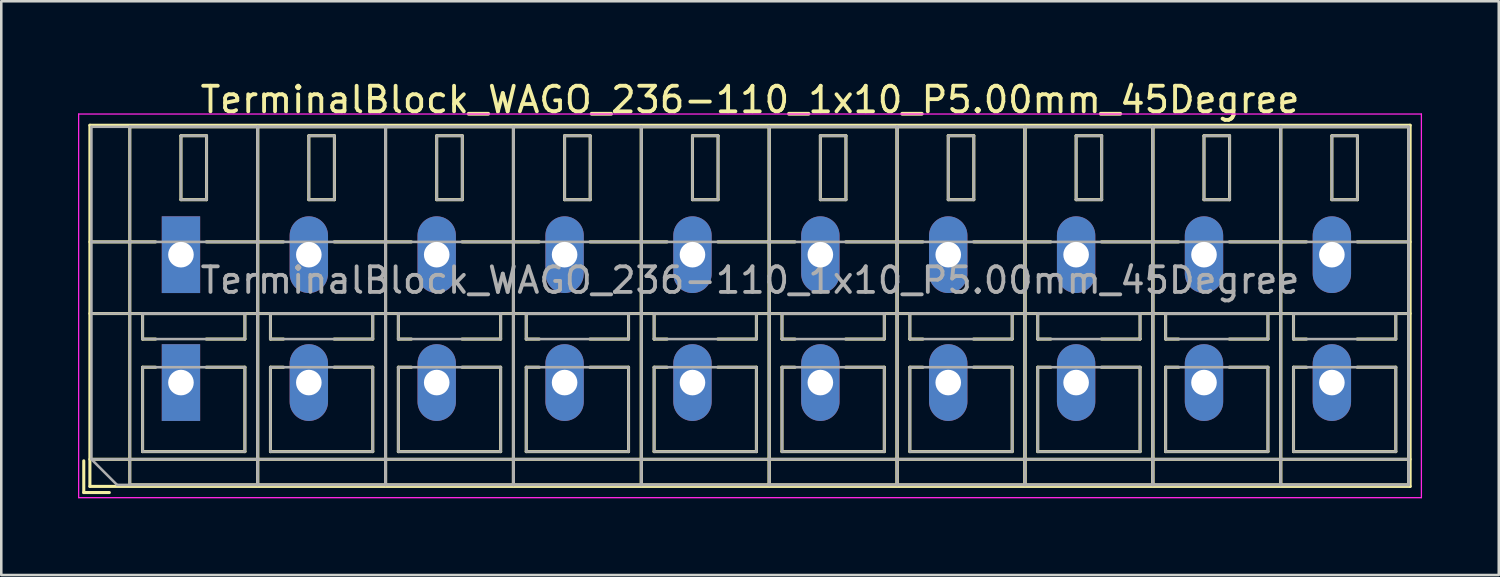
<source format=kicad_pcb>
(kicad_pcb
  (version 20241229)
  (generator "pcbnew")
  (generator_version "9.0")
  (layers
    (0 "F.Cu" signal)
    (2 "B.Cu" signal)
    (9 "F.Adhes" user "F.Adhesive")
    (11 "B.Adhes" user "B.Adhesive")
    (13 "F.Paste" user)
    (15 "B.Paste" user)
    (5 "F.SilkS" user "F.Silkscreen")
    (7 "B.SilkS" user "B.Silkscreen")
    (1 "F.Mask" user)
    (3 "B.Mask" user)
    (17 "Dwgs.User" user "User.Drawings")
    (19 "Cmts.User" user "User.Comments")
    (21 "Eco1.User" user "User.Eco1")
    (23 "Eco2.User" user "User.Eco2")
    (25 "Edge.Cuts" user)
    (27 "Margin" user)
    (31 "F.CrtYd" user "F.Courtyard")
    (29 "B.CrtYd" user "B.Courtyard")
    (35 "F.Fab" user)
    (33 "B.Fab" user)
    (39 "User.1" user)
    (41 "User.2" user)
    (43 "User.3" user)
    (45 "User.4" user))
  (footprint "TerminalBlock_WAGO_236-110_1x10_P5.00mm_45Degree"
    (layer "F.Cu")
    (at 4.025 11.908)
    (property "Reference" "TerminalBlock_WAGO_236-110_1x10_P5.00mm_45Degree" (at 22.25 -11.06 0) (layer "F.SilkS") (effects (font (size 1 1) (thickness 0.15))))
    (attr through_hole)
    (fp_line (start -3.8 3.06) (end -3.8 4.3) (stroke (width 0.12) (type solid)) (layer "F.SilkS"))
    (fp_line (start -3.8 4.3) (end -2.8 4.3) (stroke (width 0.12) (type solid)) (layer "F.SilkS"))
    (fp_line (start -3.56 -10.06) (end -3.56 4.06) (stroke (width 0.12) (type solid)) (layer "F.SilkS"))
    (fp_line (start -3.56 -10.06) (end 48.06 -10.06) (stroke (width 0.12) (type solid)) (layer "F.SilkS"))
    (fp_line (start -3.56 -5.5) (end -0.99 -5.5) (stroke (width 0.12) (type solid)) (layer "F.SilkS"))
    (fp_line (start -3.56 -2.7) (end 48.06 -2.7) (stroke (width 0.12) (type solid)) (layer "F.SilkS"))
    (fp_line (start -3.56 3) (end 48.06 3) (stroke (width 0.12) (type solid)) (layer "F.SilkS"))
    (fp_line (start -3.56 4.06) (end 48.06 4.06) (stroke (width 0.12) (type solid)) (layer "F.SilkS"))
    (fp_line (start -2 -10) (end -2 4) (stroke (width 0.12) (type solid)) (layer "F.SilkS"))
    (fp_line (start -2 -10) (end 3 -10) (stroke (width 0.12) (type solid)) (layer "F.SilkS"))
    (fp_line (start -2 4) (end 3 4) (stroke (width 0.12) (type solid)) (layer "F.SilkS"))
    (fp_line (start -1.5 -2.7) (end -1.5 -1.701) (stroke (width 0.12) (type solid)) (layer "F.SilkS"))
    (fp_line (start -1.5 -2.7) (end 2.5 -2.7) (stroke (width 0.12) (type solid)) (layer "F.SilkS"))
    (fp_line (start -1.5 -1.701) (end -0.99 -1.701) (stroke (width 0.12) (type solid)) (layer "F.SilkS"))
    (fp_line (start -1.5 -0.6) (end -1.5 2.7) (stroke (width 0.12) (type solid)) (layer "F.SilkS"))
    (fp_line (start -1.5 -0.6) (end -0.99 -0.6) (stroke (width 0.12) (type solid)) (layer "F.SilkS"))
    (fp_line (start -1.5 2.7) (end 2.5 2.7) (stroke (width 0.12) (type solid)) (layer "F.SilkS"))
    (fp_line (start 0 -9.65) (end 0 -7.15) (stroke (width 0.12) (type solid)) (layer "F.SilkS"))
    (fp_line (start 0 -9.65) (end 1 -9.65) (stroke (width 0.12) (type solid)) (layer "F.SilkS"))
    (fp_line (start 0 -7.15) (end 1 -7.15) (stroke (width 0.12) (type solid)) (layer "F.SilkS"))
    (fp_line (start 0.99 -5.5) (end 4.01 -5.5) (stroke (width 0.12) (type solid)) (layer "F.SilkS"))
    (fp_line (start 0.99 -1.701) (end 2.5 -1.701) (stroke (width 0.12) (type solid)) (layer "F.SilkS"))
    (fp_line (start 0.99 -0.6) (end 2.5 -0.6) (stroke (width 0.12) (type solid)) (layer "F.SilkS"))
    (fp_line (start 1 -9.65) (end 1 -7.15) (stroke (width 0.12) (type solid)) (layer "F.SilkS"))
    (fp_line (start 2.5 -2.7) (end 2.5 -1.701) (stroke (width 0.12) (type solid)) (layer "F.SilkS"))
    (fp_line (start 2.5 -0.6) (end 2.5 2.7) (stroke (width 0.12) (type solid)) (layer "F.SilkS"))
    (fp_line (start 3 -10) (end 3 4) (stroke (width 0.12) (type solid)) (layer "F.SilkS"))
    (fp_line (start 3 -10) (end 3 4) (stroke (width 0.12) (type solid)) (layer "F.SilkS"))
    (fp_line (start 3 -10) (end 8 -10) (stroke (width 0.12) (type solid)) (layer "F.SilkS"))
    (fp_line (start 3 4) (end 8 4) (stroke (width 0.12) (type solid)) (layer "F.SilkS"))
    (fp_line (start 3.5 -2.7) (end 3.5 -1.701) (stroke (width 0.12) (type solid)) (layer "F.SilkS"))
    (fp_line (start 3.5 -2.7) (end 7.5 -2.7) (stroke (width 0.12) (type solid)) (layer "F.SilkS"))
    (fp_line (start 3.5 -1.701) (end 4.01 -1.701) (stroke (width 0.12) (type solid)) (layer "F.SilkS"))
    (fp_line (start 3.5 -0.6) (end 3.5 2.7) (stroke (width 0.12) (type solid)) (layer "F.SilkS"))
    (fp_line (start 3.5 -0.6) (end 4.01 -0.6) (stroke (width 0.12) (type solid)) (layer "F.SilkS"))
    (fp_line (start 3.5 2.7) (end 7.5 2.7) (stroke (width 0.12) (type solid)) (layer "F.SilkS"))
    (fp_line (start 5 -9.65) (end 5 -7.15) (stroke (width 0.12) (type solid)) (layer "F.SilkS"))
    (fp_line (start 5 -9.65) (end 6 -9.65) (stroke (width 0.12) (type solid)) (layer "F.SilkS"))
    (fp_line (start 5 -7.15) (end 6 -7.15) (stroke (width 0.12) (type solid)) (layer "F.SilkS"))
    (fp_line (start 5.99 -5.5) (end 9.01 -5.5) (stroke (width 0.12) (type solid)) (layer "F.SilkS"))
    (fp_line (start 5.99 -1.701) (end 7.5 -1.701) (stroke (width 0.12) (type solid)) (layer "F.SilkS"))
    (fp_line (start 5.99 -0.6) (end 7.5 -0.6) (stroke (width 0.12) (type solid)) (layer "F.SilkS"))
    (fp_line (start 6 -9.65) (end 6 -7.15) (stroke (width 0.12) (type solid)) (layer "F.SilkS"))
    (fp_line (start 7.5 -2.7) (end 7.5 -1.701) (stroke (width 0.12) (type solid)) (layer "F.SilkS"))
    (fp_line (start 7.5 -0.6) (end 7.5 2.7) (stroke (width 0.12) (type solid)) (layer "F.SilkS"))
    (fp_line (start 8 -10) (end 8 4) (stroke (width 0.12) (type solid)) (layer "F.SilkS"))
    (fp_line (start 8 -10) (end 8 4) (stroke (width 0.12) (type solid)) (layer "F.SilkS"))
    (fp_line (start 8 -10) (end 13 -10) (stroke (width 0.12) (type solid)) (layer "F.SilkS"))
    (fp_line (start 8 4) (end 13 4) (stroke (width 0.12) (type solid)) (layer "F.SilkS"))
    (fp_line (start 8.5 -2.7) (end 8.5 -1.701) (stroke (width 0.12) (type solid)) (layer "F.SilkS"))
    (fp_line (start 8.5 -2.7) (end 12.5 -2.7) (stroke (width 0.12) (type solid)) (layer "F.SilkS"))
    (fp_line (start 8.5 -1.701) (end 9.01 -1.701) (stroke (width 0.12) (type solid)) (layer "F.SilkS"))
    (fp_line (start 8.5 -0.6) (end 8.5 2.7) (stroke (width 0.12) (type solid)) (layer "F.SilkS"))
    (fp_line (start 8.5 -0.6) (end 9.01 -0.6) (stroke (width 0.12) (type solid)) (layer "F.SilkS"))
    (fp_line (start 8.5 2.7) (end 12.5 2.7) (stroke (width 0.12) (type solid)) (layer "F.SilkS"))
    (fp_line (start 10 -9.65) (end 10 -7.15) (stroke (width 0.12) (type solid)) (layer "F.SilkS"))
    (fp_line (start 10 -9.65) (end 11 -9.65) (stroke (width 0.12) (type solid)) (layer "F.SilkS"))
    (fp_line (start 10 -7.15) (end 11 -7.15) (stroke (width 0.12) (type solid)) (layer "F.SilkS"))
    (fp_line (start 10.99 -5.5) (end 14.01 -5.5) (stroke (width 0.12) (type solid)) (layer "F.SilkS"))
    (fp_line (start 10.99 -1.701) (end 12.5 -1.701) (stroke (width 0.12) (type solid)) (layer "F.SilkS"))
    (fp_line (start 10.99 -0.6) (end 12.5 -0.6) (stroke (width 0.12) (type solid)) (layer "F.SilkS"))
    (fp_line (start 11 -9.65) (end 11 -7.15) (stroke (width 0.12) (type solid)) (layer "F.SilkS"))
    (fp_line (start 12.5 -2.7) (end 12.5 -1.701) (stroke (width 0.12) (type solid)) (layer "F.SilkS"))
    (fp_line (start 12.5 -0.6) (end 12.5 2.7) (stroke (width 0.12) (type solid)) (layer "F.SilkS"))
    (fp_line (start 13 -10) (end 13 4) (stroke (width 0.12) (type solid)) (layer "F.SilkS"))
    (fp_line (start 13 -10) (end 13 4) (stroke (width 0.12) (type solid)) (layer "F.SilkS"))
    (fp_line (start 13 -10) (end 18 -10) (stroke (width 0.12) (type solid)) (layer "F.SilkS"))
    (fp_line (start 13 4) (end 18 4) (stroke (width 0.12) (type solid)) (layer "F.SilkS"))
    (fp_line (start 13.5 -2.7) (end 13.5 -1.701) (stroke (width 0.12) (type solid)) (layer "F.SilkS"))
    (fp_line (start 13.5 -2.7) (end 17.5 -2.7) (stroke (width 0.12) (type solid)) (layer "F.SilkS"))
    (fp_line (start 13.5 -1.701) (end 14.01 -1.701) (stroke (width 0.12) (type solid)) (layer "F.SilkS"))
    (fp_line (start 13.5 -0.6) (end 13.5 2.7) (stroke (width 0.12) (type solid)) (layer "F.SilkS"))
    (fp_line (start 13.5 -0.6) (end 14.01 -0.6) (stroke (width 0.12) (type solid)) (layer "F.SilkS"))
    (fp_line (start 13.5 2.7) (end 17.5 2.7) (stroke (width 0.12) (type solid)) (layer "F.SilkS"))
    (fp_line (start 15 -9.65) (end 15 -7.15) (stroke (width 0.12) (type solid)) (layer "F.SilkS"))
    (fp_line (start 15 -9.65) (end 16 -9.65) (stroke (width 0.12) (type solid)) (layer "F.SilkS"))
    (fp_line (start 15 -7.15) (end 16 -7.15) (stroke (width 0.12) (type solid)) (layer "F.SilkS"))
    (fp_line (start 15.99 -5.5) (end 19.01 -5.5) (stroke (width 0.12) (type solid)) (layer "F.SilkS"))
    (fp_line (start 15.99 -1.701) (end 17.5 -1.701) (stroke (width 0.12) (type solid)) (layer "F.SilkS"))
    (fp_line (start 15.99 -0.6) (end 17.5 -0.6) (stroke (width 0.12) (type solid)) (layer "F.SilkS"))
    (fp_line (start 16 -9.65) (end 16 -7.15) (stroke (width 0.12) (type solid)) (layer "F.SilkS"))
    (fp_line (start 17.5 -2.7) (end 17.5 -1.701) (stroke (width 0.12) (type solid)) (layer "F.SilkS"))
    (fp_line (start 17.5 -0.6) (end 17.5 2.7) (stroke (width 0.12) (type solid)) (layer "F.SilkS"))
    (fp_line (start 18 -10) (end 18 4) (stroke (width 0.12) (type solid)) (layer "F.SilkS"))
    (fp_line (start 18 -10) (end 18 4) (stroke (width 0.12) (type solid)) (layer "F.SilkS"))
    (fp_line (start 18 -10) (end 23 -10) (stroke (width 0.12) (type solid)) (layer "F.SilkS"))
    (fp_line (start 18 4) (end 23 4) (stroke (width 0.12) (type solid)) (layer "F.SilkS"))
    (fp_line (start 18.5 -2.7) (end 18.5 -1.701) (stroke (width 0.12) (type solid)) (layer "F.SilkS"))
    (fp_line (start 18.5 -2.7) (end 22.5 -2.7) (stroke (width 0.12) (type solid)) (layer "F.SilkS"))
    (fp_line (start 18.5 -1.701) (end 19.01 -1.701) (stroke (width 0.12) (type solid)) (layer "F.SilkS"))
    (fp_line (start 18.5 -0.6) (end 18.5 2.7) (stroke (width 0.12) (type solid)) (layer "F.SilkS"))
    (fp_line (start 18.5 -0.6) (end 19.01 -0.6) (stroke (width 0.12) (type solid)) (layer "F.SilkS"))
    (fp_line (start 18.5 2.7) (end 22.5 2.7) (stroke (width 0.12) (type solid)) (layer "F.SilkS"))
    (fp_line (start 20 -9.65) (end 20 -7.15) (stroke (width 0.12) (type solid)) (layer "F.SilkS"))
    (fp_line (start 20 -9.65) (end 21 -9.65) (stroke (width 0.12) (type solid)) (layer "F.SilkS"))
    (fp_line (start 20 -7.15) (end 21 -7.15) (stroke (width 0.12) (type solid)) (layer "F.SilkS"))
    (fp_line (start 20.99 -5.5) (end 24.01 -5.5) (stroke (width 0.12) (type solid)) (layer "F.SilkS"))
    (fp_line (start 20.99 -1.701) (end 22.5 -1.701) (stroke (width 0.12) (type solid)) (layer "F.SilkS"))
    (fp_line (start 20.99 -0.6) (end 22.5 -0.6) (stroke (width 0.12) (type solid)) (layer "F.SilkS"))
    (fp_line (start 21 -9.65) (end 21 -7.15) (stroke (width 0.12) (type solid)) (layer "F.SilkS"))
    (fp_line (start 22.5 -2.7) (end 22.5 -1.701) (stroke (width 0.12) (type solid)) (layer "F.SilkS"))
    (fp_line (start 22.5 -0.6) (end 22.5 2.7) (stroke (width 0.12) (type solid)) (layer "F.SilkS"))
    (fp_line (start 23 -10) (end 23 4) (stroke (width 0.12) (type solid)) (layer "F.SilkS"))
    (fp_line (start 23 -10) (end 23 4) (stroke (width 0.12) (type solid)) (layer "F.SilkS"))
    (fp_line (start 23 -10) (end 28 -10) (stroke (width 0.12) (type solid)) (layer "F.SilkS"))
    (fp_line (start 23 4) (end 28 4) (stroke (width 0.12) (type solid)) (layer "F.SilkS"))
    (fp_line (start 23.5 -2.7) (end 23.5 -1.701) (stroke (width 0.12) (type solid)) (layer "F.SilkS"))
    (fp_line (start 23.5 -2.7) (end 27.5 -2.7) (stroke (width 0.12) (type solid)) (layer "F.SilkS"))
    (fp_line (start 23.5 -1.701) (end 24.01 -1.701) (stroke (width 0.12) (type solid)) (layer "F.SilkS"))
    (fp_line (start 23.5 -0.6) (end 23.5 2.7) (stroke (width 0.12) (type solid)) (layer "F.SilkS"))
    (fp_line (start 23.5 -0.6) (end 24.01 -0.6) (stroke (width 0.12) (type solid)) (layer "F.SilkS"))
    (fp_line (start 23.5 2.7) (end 27.5 2.7) (stroke (width 0.12) (type solid)) (layer "F.SilkS"))
    (fp_line (start 25 -9.65) (end 25 -7.15) (stroke (width 0.12) (type solid)) (layer "F.SilkS"))
    (fp_line (start 25 -9.65) (end 26 -9.65) (stroke (width 0.12) (type solid)) (layer "F.SilkS"))
    (fp_line (start 25 -7.15) (end 26 -7.15) (stroke (width 0.12) (type solid)) (layer "F.SilkS"))
    (fp_line (start 25.99 -5.5) (end 29.01 -5.5) (stroke (width 0.12) (type solid)) (layer "F.SilkS"))
    (fp_line (start 25.99 -1.701) (end 27.5 -1.701) (stroke (width 0.12) (type solid)) (layer "F.SilkS"))
    (fp_line (start 25.99 -0.6) (end 27.5 -0.6) (stroke (width 0.12) (type solid)) (layer "F.SilkS"))
    (fp_line (start 26 -9.65) (end 26 -7.15) (stroke (width 0.12) (type solid)) (layer "F.SilkS"))
    (fp_line (start 27.5 -2.7) (end 27.5 -1.701) (stroke (width 0.12) (type solid)) (layer "F.SilkS"))
    (fp_line (start 27.5 -0.6) (end 27.5 2.7) (stroke (width 0.12) (type solid)) (layer "F.SilkS"))
    (fp_line (start 28 -10) (end 28 4) (stroke (width 0.12) (type solid)) (layer "F.SilkS"))
    (fp_line (start 28 -10) (end 28 4) (stroke (width 0.12) (type solid)) (layer "F.SilkS"))
    (fp_line (start 28 -10) (end 33 -10) (stroke (width 0.12) (type solid)) (layer "F.SilkS"))
    (fp_line (start 28 4) (end 33 4) (stroke (width 0.12) (type solid)) (layer "F.SilkS"))
    (fp_line (start 28.5 -2.7) (end 28.5 -1.701) (stroke (width 0.12) (type solid)) (layer "F.SilkS"))
    (fp_line (start 28.5 -2.7) (end 32.5 -2.7) (stroke (width 0.12) (type solid)) (layer "F.SilkS"))
    (fp_line (start 28.5 -1.701) (end 29.01 -1.701) (stroke (width 0.12) (type solid)) (layer "F.SilkS"))
    (fp_line (start 28.5 -0.6) (end 28.5 2.7) (stroke (width 0.12) (type solid)) (layer "F.SilkS"))
    (fp_line (start 28.5 -0.6) (end 29.01 -0.6) (stroke (width 0.12) (type solid)) (layer "F.SilkS"))
    (fp_line (start 28.5 2.7) (end 32.5 2.7) (stroke (width 0.12) (type solid)) (layer "F.SilkS"))
    (fp_line (start 30 -9.65) (end 30 -7.15) (stroke (width 0.12) (type solid)) (layer "F.SilkS"))
    (fp_line (start 30 -9.65) (end 31 -9.65) (stroke (width 0.12) (type solid)) (layer "F.SilkS"))
    (fp_line (start 30 -7.15) (end 31 -7.15) (stroke (width 0.12) (type solid)) (layer "F.SilkS"))
    (fp_line (start 30.99 -5.5) (end 34.01 -5.5) (stroke (width 0.12) (type solid)) (layer "F.SilkS"))
    (fp_line (start 30.99 -1.701) (end 32.5 -1.701) (stroke (width 0.12) (type solid)) (layer "F.SilkS"))
    (fp_line (start 30.99 -0.6) (end 32.5 -0.6) (stroke (width 0.12) (type solid)) (layer "F.SilkS"))
    (fp_line (start 31 -9.65) (end 31 -7.15) (stroke (width 0.12) (type solid)) (layer "F.SilkS"))
    (fp_line (start 32.5 -2.7) (end 32.5 -1.701) (stroke (width 0.12) (type solid)) (layer "F.SilkS"))
    (fp_line (start 32.5 -0.6) (end 32.5 2.7) (stroke (width 0.12) (type solid)) (layer "F.SilkS"))
    (fp_line (start 33 -10) (end 33 4) (stroke (width 0.12) (type solid)) (layer "F.SilkS"))
    (fp_line (start 33 -10) (end 33 4) (stroke (width 0.12) (type solid)) (layer "F.SilkS"))
    (fp_line (start 33 -10) (end 38 -10) (stroke (width 0.12) (type solid)) (layer "F.SilkS"))
    (fp_line (start 33 4) (end 38 4) (stroke (width 0.12) (type solid)) (layer "F.SilkS"))
    (fp_line (start 33.5 -2.7) (end 33.5 -1.701) (stroke (width 0.12) (type solid)) (layer "F.SilkS"))
    (fp_line (start 33.5 -2.7) (end 37.5 -2.7) (stroke (width 0.12) (type solid)) (layer "F.SilkS"))
    (fp_line (start 33.5 -1.701) (end 34.01 -1.701) (stroke (width 0.12) (type solid)) (layer "F.SilkS"))
    (fp_line (start 33.5 -0.6) (end 33.5 2.7) (stroke (width 0.12) (type solid)) (layer "F.SilkS"))
    (fp_line (start 33.5 -0.6) (end 34.01 -0.6) (stroke (width 0.12) (type solid)) (layer "F.SilkS"))
    (fp_line (start 33.5 2.7) (end 37.5 2.7) (stroke (width 0.12) (type solid)) (layer "F.SilkS"))
    (fp_line (start 35 -9.65) (end 35 -7.15) (stroke (width 0.12) (type solid)) (layer "F.SilkS"))
    (fp_line (start 35 -9.65) (end 36 -9.65) (stroke (width 0.12) (type solid)) (layer "F.SilkS"))
    (fp_line (start 35 -7.15) (end 36 -7.15) (stroke (width 0.12) (type solid)) (layer "F.SilkS"))
    (fp_line (start 35.99 -5.5) (end 39.01 -5.5) (stroke (width 0.12) (type solid)) (layer "F.SilkS"))
    (fp_line (start 35.99 -1.701) (end 37.5 -1.701) (stroke (width 0.12) (type solid)) (layer "F.SilkS"))
    (fp_line (start 35.99 -0.6) (end 37.5 -0.6) (stroke (width 0.12) (type solid)) (layer "F.SilkS"))
    (fp_line (start 36 -9.65) (end 36 -7.15) (stroke (width 0.12) (type solid)) (layer "F.SilkS"))
    (fp_line (start 37.5 -2.7) (end 37.5 -1.701) (stroke (width 0.12) (type solid)) (layer "F.SilkS"))
    (fp_line (start 37.5 -0.6) (end 37.5 2.7) (stroke (width 0.12) (type solid)) (layer "F.SilkS"))
    (fp_line (start 38 -10) (end 38 4) (stroke (width 0.12) (type solid)) (layer "F.SilkS"))
    (fp_line (start 38 -10) (end 38 4) (stroke (width 0.12) (type solid)) (layer "F.SilkS"))
    (fp_line (start 38 -10) (end 43 -10) (stroke (width 0.12) (type solid)) (layer "F.SilkS"))
    (fp_line (start 38 4) (end 43 4) (stroke (width 0.12) (type solid)) (layer "F.SilkS"))
    (fp_line (start 38.5 -2.7) (end 38.5 -1.701) (stroke (width 0.12) (type solid)) (layer "F.SilkS"))
    (fp_line (start 38.5 -2.7) (end 42.5 -2.7) (stroke (width 0.12) (type solid)) (layer "F.SilkS"))
    (fp_line (start 38.5 -1.701) (end 39.01 -1.701) (stroke (width 0.12) (type solid)) (layer "F.SilkS"))
    (fp_line (start 38.5 -0.6) (end 38.5 2.7) (stroke (width 0.12) (type solid)) (layer "F.SilkS"))
    (fp_line (start 38.5 -0.6) (end 39.01 -0.6) (stroke (width 0.12) (type solid)) (layer "F.SilkS"))
    (fp_line (start 38.5 2.7) (end 42.5 2.7) (stroke (width 0.12) (type solid)) (layer "F.SilkS"))
    (fp_line (start 40 -9.65) (end 40 -7.15) (stroke (width 0.12) (type solid)) (layer "F.SilkS"))
    (fp_line (start 40 -9.65) (end 41 -9.65) (stroke (width 0.12) (type solid)) (layer "F.SilkS"))
    (fp_line (start 40 -7.15) (end 41 -7.15) (stroke (width 0.12) (type solid)) (layer "F.SilkS"))
    (fp_line (start 40.99 -5.5) (end 44.01 -5.5) (stroke (width 0.12) (type solid)) (layer "F.SilkS"))
    (fp_line (start 40.99 -1.701) (end 42.5 -1.701) (stroke (width 0.12) (type solid)) (layer "F.SilkS"))
    (fp_line (start 40.99 -0.6) (end 42.5 -0.6) (stroke (width 0.12) (type solid)) (layer "F.SilkS"))
    (fp_line (start 41 -9.65) (end 41 -7.15) (stroke (width 0.12) (type solid)) (layer "F.SilkS"))
    (fp_line (start 42.5 -2.7) (end 42.5 -1.701) (stroke (width 0.12) (type solid)) (layer "F.SilkS"))
    (fp_line (start 42.5 -0.6) (end 42.5 2.7) (stroke (width 0.12) (type solid)) (layer "F.SilkS"))
    (fp_line (start 43 -10) (end 43 4) (stroke (width 0.12) (type solid)) (layer "F.SilkS"))
    (fp_line (start 43 -10) (end 43 4) (stroke (width 0.12) (type solid)) (layer "F.SilkS"))
    (fp_line (start 43 -10) (end 48 -10) (stroke (width 0.12) (type solid)) (layer "F.SilkS"))
    (fp_line (start 43 4) (end 48 4) (stroke (width 0.12) (type solid)) (layer "F.SilkS"))
    (fp_line (start 43.5 -2.7) (end 43.5 -1.701) (stroke (width 0.12) (type solid)) (layer "F.SilkS"))
    (fp_line (start 43.5 -2.7) (end 47.5 -2.7) (stroke (width 0.12) (type solid)) (layer "F.SilkS"))
    (fp_line (start 43.5 -1.701) (end 44.01 -1.701) (stroke (width 0.12) (type solid)) (layer "F.SilkS"))
    (fp_line (start 43.5 -0.6) (end 43.5 2.7) (stroke (width 0.12) (type solid)) (layer "F.SilkS"))
    (fp_line (start 43.5 -0.6) (end 44.01 -0.6) (stroke (width 0.12) (type solid)) (layer "F.SilkS"))
    (fp_line (start 43.5 2.7) (end 47.5 2.7) (stroke (width 0.12) (type solid)) (layer "F.SilkS"))
    (fp_line (start 45 -9.65) (end 45 -7.15) (stroke (width 0.12) (type solid)) (layer "F.SilkS"))
    (fp_line (start 45 -9.65) (end 46 -9.65) (stroke (width 0.12) (type solid)) (layer "F.SilkS"))
    (fp_line (start 45 -7.15) (end 46 -7.15) (stroke (width 0.12) (type solid)) (layer "F.SilkS"))
    (fp_line (start 45.99 -5.5) (end 48.06 -5.5) (stroke (width 0.12) (type solid)) (layer "F.SilkS"))
    (fp_line (start 45.99 -1.701) (end 47.5 -1.701) (stroke (width 0.12) (type solid)) (layer "F.SilkS"))
    (fp_line (start 45.99 -0.6) (end 47.5 -0.6) (stroke (width 0.12) (type solid)) (layer "F.SilkS"))
    (fp_line (start 46 -9.65) (end 46 -7.15) (stroke (width 0.12) (type solid)) (layer "F.SilkS"))
    (fp_line (start 47.5 -2.7) (end 47.5 -1.701) (stroke (width 0.12) (type solid)) (layer "F.SilkS"))
    (fp_line (start 47.5 -0.6) (end 47.5 2.7) (stroke (width 0.12) (type solid)) (layer "F.SilkS"))
    (fp_line (start 48 -10) (end 48 4) (stroke (width 0.12) (type solid)) (layer "F.SilkS"))
    (fp_line (start 48.06 -10.06) (end 48.06 4.06) (stroke (width 0.12) (type solid)) (layer "F.SilkS"))
    (fp_line (start -4 -10.5) (end -4 4.5) (stroke (width 0.05) (type solid)) (layer "F.CrtYd"))
    (fp_line (start -4 4.5) (end 48.5 4.5) (stroke (width 0.05) (type solid)) (layer "F.CrtYd"))
    (fp_line (start 48.5 -10.5) (end -4 -10.5) (stroke (width 0.05) (type solid)) (layer "F.CrtYd"))
    (fp_line (start 48.5 4.5) (end 48.5 -10.5) (stroke (width 0.05) (type solid)) (layer "F.CrtYd"))
    (fp_line (start -3.5 -10) (end 48 -10) (stroke (width 0.1) (type solid)) (layer "F.Fab"))
    (fp_line (start -3.5 -5.5) (end 48 -5.5) (stroke (width 0.1) (type solid)) (layer "F.Fab"))
    (fp_line (start -3.5 -2.7) (end 48 -2.7) (stroke (width 0.1) (type solid)) (layer "F.Fab"))
    (fp_line (start -3.5 3) (end -3.5 -10) (stroke (width 0.1) (type solid)) (layer "F.Fab"))
    (fp_line (start -3.5 3) (end 48 3) (stroke (width 0.1) (type solid)) (layer "F.Fab"))
    (fp_line (start -2.5 4) (end -3.5 3) (stroke (width 0.1) (type solid)) (layer "F.Fab"))
    (fp_line (start -2 -10) (end -2 4) (stroke (width 0.1) (type solid)) (layer "F.Fab"))
    (fp_line (start -2 4) (end 3 4) (stroke (width 0.1) (type solid)) (layer "F.Fab"))
    (fp_line (start -1.5 -2.7) (end -1.5 -1.7) (stroke (width 0.1) (type solid)) (layer "F.Fab"))
    (fp_line (start -1.5 -1.7) (end 2.5 -1.7) (stroke (width 0.1) (type solid)) (layer "F.Fab"))
    (fp_line (start -1.5 -0.6) (end -1.5 2.7) (stroke (width 0.1) (type solid)) (layer "F.Fab"))
    (fp_line (start -1.5 2.7) (end 2.5 2.7) (stroke (width 0.1) (type solid)) (layer "F.Fab"))
    (fp_line (start 0 -9.65) (end 0 -7.15) (stroke (width 0.1) (type solid)) (layer "F.Fab"))
    (fp_line (start 0 -7.15) (end 1 -7.15) (stroke (width 0.1) (type solid)) (layer "F.Fab"))
    (fp_line (start 1 -9.65) (end 0 -9.65) (stroke (width 0.1) (type solid)) (layer "F.Fab"))
    (fp_line (start 1 -7.15) (end 1 -9.65) (stroke (width 0.1) (type solid)) (layer "F.Fab"))
    (fp_line (start 2.5 -2.7) (end -1.5 -2.7) (stroke (width 0.1) (type solid)) (layer "F.Fab"))
    (fp_line (start 2.5 -1.7) (end 2.5 -2.7) (stroke (width 0.1) (type solid)) (layer "F.Fab"))
    (fp_line (start 2.5 -0.6) (end -1.5 -0.6) (stroke (width 0.1) (type solid)) (layer "F.Fab"))
    (fp_line (start 2.5 2.7) (end 2.5 -0.6) (stroke (width 0.1) (type solid)) (layer "F.Fab"))
    (fp_line (start 3 -10) (end -2 -10) (stroke (width 0.1) (type solid)) (layer "F.Fab"))
    (fp_line (start 3 -10) (end 3 4) (stroke (width 0.1) (type solid)) (layer "F.Fab"))
    (fp_line (start 3 4) (end 3 -10) (stroke (width 0.1) (type solid)) (layer "F.Fab"))
    (fp_line (start 3 4) (end 8 4) (stroke (width 0.1) (type solid)) (layer "F.Fab"))
    (fp_line (start 3.5 -2.7) (end 3.5 -1.7) (stroke (width 0.1) (type solid)) (layer "F.Fab"))
    (fp_line (start 3.5 -1.7) (end 7.5 -1.7) (stroke (width 0.1) (type solid)) (layer "F.Fab"))
    (fp_line (start 3.5 -0.6) (end 3.5 2.7) (stroke (width 0.1) (type solid)) (layer "F.Fab"))
    (fp_line (start 3.5 2.7) (end 7.5 2.7) (stroke (width 0.1) (type solid)) (layer "F.Fab"))
    (fp_line (start 5 -9.65) (end 5 -7.15) (stroke (width 0.1) (type solid)) (layer "F.Fab"))
    (fp_line (start 5 -7.15) (end 6 -7.15) (stroke (width 0.1) (type solid)) (layer "F.Fab"))
    (fp_line (start 6 -9.65) (end 5 -9.65) (stroke (width 0.1) (type solid)) (layer "F.Fab"))
    (fp_line (start 6 -7.15) (end 6 -9.65) (stroke (width 0.1) (type solid)) (layer "F.Fab"))
    (fp_line (start 7.5 -2.7) (end 3.5 -2.7) (stroke (width 0.1) (type solid)) (layer "F.Fab"))
    (fp_line (start 7.5 -1.7) (end 7.5 -2.7) (stroke (width 0.1) (type solid)) (layer "F.Fab"))
    (fp_line (start 7.5 -0.6) (end 3.5 -0.6) (stroke (width 0.1) (type solid)) (layer "F.Fab"))
    (fp_line (start 7.5 2.7) (end 7.5 -0.6) (stroke (width 0.1) (type solid)) (layer "F.Fab"))
    (fp_line (start 8 -10) (end 3 -10) (stroke (width 0.1) (type solid)) (layer "F.Fab"))
    (fp_line (start 8 -10) (end 8 4) (stroke (width 0.1) (type solid)) (layer "F.Fab"))
    (fp_line (start 8 4) (end 8 -10) (stroke (width 0.1) (type solid)) (layer "F.Fab"))
    (fp_line (start 8 4) (end 13 4) (stroke (width 0.1) (type solid)) (layer "F.Fab"))
    (fp_line (start 8.5 -2.7) (end 8.5 -1.7) (stroke (width 0.1) (type solid)) (layer "F.Fab"))
    (fp_line (start 8.5 -1.7) (end 12.5 -1.7) (stroke (width 0.1) (type solid)) (layer "F.Fab"))
    (fp_line (start 8.5 -0.6) (end 8.5 2.7) (stroke (width 0.1) (type solid)) (layer "F.Fab"))
    (fp_line (start 8.5 2.7) (end 12.5 2.7) (stroke (width 0.1) (type solid)) (layer "F.Fab"))
    (fp_line (start 10 -9.65) (end 10 -7.15) (stroke (width 0.1) (type solid)) (layer "F.Fab"))
    (fp_line (start 10 -7.15) (end 11 -7.15) (stroke (width 0.1) (type solid)) (layer "F.Fab"))
    (fp_line (start 11 -9.65) (end 10 -9.65) (stroke (width 0.1) (type solid)) (layer "F.Fab"))
    (fp_line (start 11 -7.15) (end 11 -9.65) (stroke (width 0.1) (type solid)) (layer "F.Fab"))
    (fp_line (start 12.5 -2.7) (end 8.5 -2.7) (stroke (width 0.1) (type solid)) (layer "F.Fab"))
    (fp_line (start 12.5 -1.7) (end 12.5 -2.7) (stroke (width 0.1) (type solid)) (layer "F.Fab"))
    (fp_line (start 12.5 -0.6) (end 8.5 -0.6) (stroke (width 0.1) (type solid)) (layer "F.Fab"))
    (fp_line (start 12.5 2.7) (end 12.5 -0.6) (stroke (width 0.1) (type solid)) (layer "F.Fab"))
    (fp_line (start 13 -10) (end 8 -10) (stroke (width 0.1) (type solid)) (layer "F.Fab"))
    (fp_line (start 13 -10) (end 13 4) (stroke (width 0.1) (type solid)) (layer "F.Fab"))
    (fp_line (start 13 4) (end 13 -10) (stroke (width 0.1) (type solid)) (layer "F.Fab"))
    (fp_line (start 13 4) (end 18 4) (stroke (width 0.1) (type solid)) (layer "F.Fab"))
    (fp_line (start 13.5 -2.7) (end 13.5 -1.7) (stroke (width 0.1) (type solid)) (layer "F.Fab"))
    (fp_line (start 13.5 -1.7) (end 17.5 -1.7) (stroke (width 0.1) (type solid)) (layer "F.Fab"))
    (fp_line (start 13.5 -0.6) (end 13.5 2.7) (stroke (width 0.1) (type solid)) (layer "F.Fab"))
    (fp_line (start 13.5 2.7) (end 17.5 2.7) (stroke (width 0.1) (type solid)) (layer "F.Fab"))
    (fp_line (start 15 -9.65) (end 15 -7.15) (stroke (width 0.1) (type solid)) (layer "F.Fab"))
    (fp_line (start 15 -7.15) (end 16 -7.15) (stroke (width 0.1) (type solid)) (layer "F.Fab"))
    (fp_line (start 16 -9.65) (end 15 -9.65) (stroke (width 0.1) (type solid)) (layer "F.Fab"))
    (fp_line (start 16 -7.15) (end 16 -9.65) (stroke (width 0.1) (type solid)) (layer "F.Fab"))
    (fp_line (start 17.5 -2.7) (end 13.5 -2.7) (stroke (width 0.1) (type solid)) (layer "F.Fab"))
    (fp_line (start 17.5 -1.7) (end 17.5 -2.7) (stroke (width 0.1) (type solid)) (layer "F.Fab"))
    (fp_line (start 17.5 -0.6) (end 13.5 -0.6) (stroke (width 0.1) (type solid)) (layer "F.Fab"))
    (fp_line (start 17.5 2.7) (end 17.5 -0.6) (stroke (width 0.1) (type solid)) (layer "F.Fab"))
    (fp_line (start 18 -10) (end 13 -10) (stroke (width 0.1) (type solid)) (layer "F.Fab"))
    (fp_line (start 18 -10) (end 18 4) (stroke (width 0.1) (type solid)) (layer "F.Fab"))
    (fp_line (start 18 4) (end 18 -10) (stroke (width 0.1) (type solid)) (layer "F.Fab"))
    (fp_line (start 18 4) (end 23 4) (stroke (width 0.1) (type solid)) (layer "F.Fab"))
    (fp_line (start 18.5 -2.7) (end 18.5 -1.7) (stroke (width 0.1) (type solid)) (layer "F.Fab"))
    (fp_line (start 18.5 -1.7) (end 22.5 -1.7) (stroke (width 0.1) (type solid)) (layer "F.Fab"))
    (fp_line (start 18.5 -0.6) (end 18.5 2.7) (stroke (width 0.1) (type solid)) (layer "F.Fab"))
    (fp_line (start 18.5 2.7) (end 22.5 2.7) (stroke (width 0.1) (type solid)) (layer "F.Fab"))
    (fp_line (start 20 -9.65) (end 20 -7.15) (stroke (width 0.1) (type solid)) (layer "F.Fab"))
    (fp_line (start 20 -7.15) (end 21 -7.15) (stroke (width 0.1) (type solid)) (layer "F.Fab"))
    (fp_line (start 21 -9.65) (end 20 -9.65) (stroke (width 0.1) (type solid)) (layer "F.Fab"))
    (fp_line (start 21 -7.15) (end 21 -9.65) (stroke (width 0.1) (type solid)) (layer "F.Fab"))
    (fp_line (start 22.5 -2.7) (end 18.5 -2.7) (stroke (width 0.1) (type solid)) (layer "F.Fab"))
    (fp_line (start 22.5 -1.7) (end 22.5 -2.7) (stroke (width 0.1) (type solid)) (layer "F.Fab"))
    (fp_line (start 22.5 -0.6) (end 18.5 -0.6) (stroke (width 0.1) (type solid)) (layer "F.Fab"))
    (fp_line (start 22.5 2.7) (end 22.5 -0.6) (stroke (width 0.1) (type solid)) (layer "F.Fab"))
    (fp_line (start 23 -10) (end 18 -10) (stroke (width 0.1) (type solid)) (layer "F.Fab"))
    (fp_line (start 23 -10) (end 23 4) (stroke (width 0.1) (type solid)) (layer "F.Fab"))
    (fp_line (start 23 4) (end 23 -10) (stroke (width 0.1) (type solid)) (layer "F.Fab"))
    (fp_line (start 23 4) (end 28 4) (stroke (width 0.1) (type solid)) (layer "F.Fab"))
    (fp_line (start 23.5 -2.7) (end 23.5 -1.7) (stroke (width 0.1) (type solid)) (layer "F.Fab"))
    (fp_line (start 23.5 -1.7) (end 27.5 -1.7) (stroke (width 0.1) (type solid)) (layer "F.Fab"))
    (fp_line (start 23.5 -0.6) (end 23.5 2.7) (stroke (width 0.1) (type solid)) (layer "F.Fab"))
    (fp_line (start 23.5 2.7) (end 27.5 2.7) (stroke (width 0.1) (type solid)) (layer "F.Fab"))
    (fp_line (start 25 -9.65) (end 25 -7.15) (stroke (width 0.1) (type solid)) (layer "F.Fab"))
    (fp_line (start 25 -7.15) (end 26 -7.15) (stroke (width 0.1) (type solid)) (layer "F.Fab"))
    (fp_line (start 26 -9.65) (end 25 -9.65) (stroke (width 0.1) (type solid)) (layer "F.Fab"))
    (fp_line (start 26 -7.15) (end 26 -9.65) (stroke (width 0.1) (type solid)) (layer "F.Fab"))
    (fp_line (start 27.5 -2.7) (end 23.5 -2.7) (stroke (width 0.1) (type solid)) (layer "F.Fab"))
    (fp_line (start 27.5 -1.7) (end 27.5 -2.7) (stroke (width 0.1) (type solid)) (layer "F.Fab"))
    (fp_line (start 27.5 -0.6) (end 23.5 -0.6) (stroke (width 0.1) (type solid)) (layer "F.Fab"))
    (fp_line (start 27.5 2.7) (end 27.5 -0.6) (stroke (width 0.1) (type solid)) (layer "F.Fab"))
    (fp_line (start 28 -10) (end 23 -10) (stroke (width 0.1) (type solid)) (layer "F.Fab"))
    (fp_line (start 28 -10) (end 28 4) (stroke (width 0.1) (type solid)) (layer "F.Fab"))
    (fp_line (start 28 4) (end 28 -10) (stroke (width 0.1) (type solid)) (layer "F.Fab"))
    (fp_line (start 28 4) (end 33 4) (stroke (width 0.1) (type solid)) (layer "F.Fab"))
    (fp_line (start 28.5 -2.7) (end 28.5 -1.7) (stroke (width 0.1) (type solid)) (layer "F.Fab"))
    (fp_line (start 28.5 -1.7) (end 32.5 -1.7) (stroke (width 0.1) (type solid)) (layer "F.Fab"))
    (fp_line (start 28.5 -0.6) (end 28.5 2.7) (stroke (width 0.1) (type solid)) (layer "F.Fab"))
    (fp_line (start 28.5 2.7) (end 32.5 2.7) (stroke (width 0.1) (type solid)) (layer "F.Fab"))
    (fp_line (start 30 -9.65) (end 30 -7.15) (stroke (width 0.1) (type solid)) (layer "F.Fab"))
    (fp_line (start 30 -7.15) (end 31 -7.15) (stroke (width 0.1) (type solid)) (layer "F.Fab"))
    (fp_line (start 31 -9.65) (end 30 -9.65) (stroke (width 0.1) (type solid)) (layer "F.Fab"))
    (fp_line (start 31 -7.15) (end 31 -9.65) (stroke (width 0.1) (type solid)) (layer "F.Fab"))
    (fp_line (start 32.5 -2.7) (end 28.5 -2.7) (stroke (width 0.1) (type solid)) (layer "F.Fab"))
    (fp_line (start 32.5 -1.7) (end 32.5 -2.7) (stroke (width 0.1) (type solid)) (layer "F.Fab"))
    (fp_line (start 32.5 -0.6) (end 28.5 -0.6) (stroke (width 0.1) (type solid)) (layer "F.Fab"))
    (fp_line (start 32.5 2.7) (end 32.5 -0.6) (stroke (width 0.1) (type solid)) (layer "F.Fab"))
    (fp_line (start 33 -10) (end 28 -10) (stroke (width 0.1) (type solid)) (layer "F.Fab"))
    (fp_line (start 33 -10) (end 33 4) (stroke (width 0.1) (type solid)) (layer "F.Fab"))
    (fp_line (start 33 4) (end 33 -10) (stroke (width 0.1) (type solid)) (layer "F.Fab"))
    (fp_line (start 33 4) (end 38 4) (stroke (width 0.1) (type solid)) (layer "F.Fab"))
    (fp_line (start 33.5 -2.7) (end 33.5 -1.7) (stroke (width 0.1) (type solid)) (layer "F.Fab"))
    (fp_line (start 33.5 -1.7) (end 37.5 -1.7) (stroke (width 0.1) (type solid)) (layer "F.Fab"))
    (fp_line (start 33.5 -0.6) (end 33.5 2.7) (stroke (width 0.1) (type solid)) (layer "F.Fab"))
    (fp_line (start 33.5 2.7) (end 37.5 2.7) (stroke (width 0.1) (type solid)) (layer "F.Fab"))
    (fp_line (start 35 -9.65) (end 35 -7.15) (stroke (width 0.1) (type solid)) (layer "F.Fab"))
    (fp_line (start 35 -7.15) (end 36 -7.15) (stroke (width 0.1) (type solid)) (layer "F.Fab"))
    (fp_line (start 36 -9.65) (end 35 -9.65) (stroke (width 0.1) (type solid)) (layer "F.Fab"))
    (fp_line (start 36 -7.15) (end 36 -9.65) (stroke (width 0.1) (type solid)) (layer "F.Fab"))
    (fp_line (start 37.5 -2.7) (end 33.5 -2.7) (stroke (width 0.1) (type solid)) (layer "F.Fab"))
    (fp_line (start 37.5 -1.7) (end 37.5 -2.7) (stroke (width 0.1) (type solid)) (layer "F.Fab"))
    (fp_line (start 37.5 -0.6) (end 33.5 -0.6) (stroke (width 0.1) (type solid)) (layer "F.Fab"))
    (fp_line (start 37.5 2.7) (end 37.5 -0.6) (stroke (width 0.1) (type solid)) (layer "F.Fab"))
    (fp_line (start 38 -10) (end 33 -10) (stroke (width 0.1) (type solid)) (layer "F.Fab"))
    (fp_line (start 38 -10) (end 38 4) (stroke (width 0.1) (type solid)) (layer "F.Fab"))
    (fp_line (start 38 4) (end 38 -10) (stroke (width 0.1) (type solid)) (layer "F.Fab"))
    (fp_line (start 38 4) (end 43 4) (stroke (width 0.1) (type solid)) (layer "F.Fab"))
    (fp_line (start 38.5 -2.7) (end 38.5 -1.7) (stroke (width 0.1) (type solid)) (layer "F.Fab"))
    (fp_line (start 38.5 -1.7) (end 42.5 -1.7) (stroke (width 0.1) (type solid)) (layer "F.Fab"))
    (fp_line (start 38.5 -0.6) (end 38.5 2.7) (stroke (width 0.1) (type solid)) (layer "F.Fab"))
    (fp_line (start 38.5 2.7) (end 42.5 2.7) (stroke (width 0.1) (type solid)) (layer "F.Fab"))
    (fp_line (start 40 -9.65) (end 40 -7.15) (stroke (width 0.1) (type solid)) (layer "F.Fab"))
    (fp_line (start 40 -7.15) (end 41 -7.15) (stroke (width 0.1) (type solid)) (layer "F.Fab"))
    (fp_line (start 41 -9.65) (end 40 -9.65) (stroke (width 0.1) (type solid)) (layer "F.Fab"))
    (fp_line (start 41 -7.15) (end 41 -9.65) (stroke (width 0.1) (type solid)) (layer "F.Fab"))
    (fp_line (start 42.5 -2.7) (end 38.5 -2.7) (stroke (width 0.1) (type solid)) (layer "F.Fab"))
    (fp_line (start 42.5 -1.7) (end 42.5 -2.7) (stroke (width 0.1) (type solid)) (layer "F.Fab"))
    (fp_line (start 42.5 -0.6) (end 38.5 -0.6) (stroke (width 0.1) (type solid)) (layer "F.Fab"))
    (fp_line (start 42.5 2.7) (end 42.5 -0.6) (stroke (width 0.1) (type solid)) (layer "F.Fab"))
    (fp_line (start 43 -10) (end 38 -10) (stroke (width 0.1) (type solid)) (layer "F.Fab"))
    (fp_line (start 43 -10) (end 43 4) (stroke (width 0.1) (type solid)) (layer "F.Fab"))
    (fp_line (start 43 4) (end 43 -10) (stroke (width 0.1) (type solid)) (layer "F.Fab"))
    (fp_line (start 43 4) (end 48 4) (stroke (width 0.1) (type solid)) (layer "F.Fab"))
    (fp_line (start 43.5 -2.7) (end 43.5 -1.7) (stroke (width 0.1) (type solid)) (layer "F.Fab"))
    (fp_line (start 43.5 -1.7) (end 47.5 -1.7) (stroke (width 0.1) (type solid)) (layer "F.Fab"))
    (fp_line (start 43.5 -0.6) (end 43.5 2.7) (stroke (width 0.1) (type solid)) (layer "F.Fab"))
    (fp_line (start 43.5 2.7) (end 47.5 2.7) (stroke (width 0.1) (type solid)) (layer "F.Fab"))
    (fp_line (start 45 -9.65) (end 45 -7.15) (stroke (width 0.1) (type solid)) (layer "F.Fab"))
    (fp_line (start 45 -7.15) (end 46 -7.15) (stroke (width 0.1) (type solid)) (layer "F.Fab"))
    (fp_line (start 46 -9.65) (end 45 -9.65) (stroke (width 0.1) (type solid)) (layer "F.Fab"))
    (fp_line (start 46 -7.15) (end 46 -9.65) (stroke (width 0.1) (type solid)) (layer "F.Fab"))
    (fp_line (start 47.5 -2.7) (end 43.5 -2.7) (stroke (width 0.1) (type solid)) (layer "F.Fab"))
    (fp_line (start 47.5 -1.7) (end 47.5 -2.7) (stroke (width 0.1) (type solid)) (layer "F.Fab"))
    (fp_line (start 47.5 -0.6) (end 43.5 -0.6) (stroke (width 0.1) (type solid)) (layer "F.Fab"))
    (fp_line (start 47.5 2.7) (end 47.5 -0.6) (stroke (width 0.1) (type solid)) (layer "F.Fab"))
    (fp_line (start 48 -10) (end 43 -10) (stroke (width 0.1) (type solid)) (layer "F.Fab"))
    (fp_line (start 48 -10) (end 48 4) (stroke (width 0.1) (type solid)) (layer "F.Fab"))
    (fp_line (start 48 4) (end -2.5 4) (stroke (width 0.1) (type solid)) (layer "F.Fab"))
    (fp_line (start 48 4) (end 48 -10) (stroke (width 0.1) (type solid)) (layer "F.Fab"))
    (fp_text user "${REFERENCE}" (at 22.25 -4 0) (layer "F.Fab") (effects (font (size 1 1) (thickness 0.15))))
    (pad "1" thru_hole rect (at 0 -5) (size 1.5 3) (drill 1) (layers "*.Cu" "*.Mask"))
    (pad "1" thru_hole rect (at 0 0) (size 1.5 3) (drill 1) (layers "*.Cu" "*.Mask"))
    (pad "2" thru_hole oval (at 5 -5) (size 1.5 3) (drill 1) (layers "*.Cu" "*.Mask"))
    (pad "2" thru_hole oval (at 5 0) (size 1.5 3) (drill 1) (layers "*.Cu" "*.Mask"))
    (pad "3" thru_hole oval (at 10 -5) (size 1.5 3) (drill 1) (layers "*.Cu" "*.Mask"))
    (pad "3" thru_hole oval (at 10 0) (size 1.5 3) (drill 1) (layers "*.Cu" "*.Mask"))
    (pad "4" thru_hole oval (at 15 -5) (size 1.5 3) (drill 1) (layers "*.Cu" "*.Mask"))
    (pad "4" thru_hole oval (at 15 0) (size 1.5 3) (drill 1) (layers "*.Cu" "*.Mask"))
    (pad "5" thru_hole oval (at 20 -5) (size 1.5 3) (drill 1) (layers "*.Cu" "*.Mask"))
    (pad "5" thru_hole oval (at 20 0) (size 1.5 3) (drill 1) (layers "*.Cu" "*.Mask"))
    (pad "6" thru_hole oval (at 25 -5) (size 1.5 3) (drill 1) (layers "*.Cu" "*.Mask"))
    (pad "6" thru_hole oval (at 25 0) (size 1.5 3) (drill 1) (layers "*.Cu" "*.Mask"))
    (pad "7" thru_hole oval (at 30 -5) (size 1.5 3) (drill 1) (layers "*.Cu" "*.Mask"))
    (pad "7" thru_hole oval (at 30 0) (size 1.5 3) (drill 1) (layers "*.Cu" "*.Mask"))
    (pad "8" thru_hole oval (at 35 -5) (size 1.5 3) (drill 1) (layers "*.Cu" "*.Mask"))
    (pad "8" thru_hole oval (at 35 0) (size 1.5 3) (drill 1) (layers "*.Cu" "*.Mask"))
    (pad "9" thru_hole oval (at 40 -5) (size 1.5 3) (drill 1) (layers "*.Cu" "*.Mask"))
    (pad "9" thru_hole oval (at 40 0) (size 1.5 3) (drill 1) (layers "*.Cu" "*.Mask"))
    (pad "10" thru_hole oval (at 45 -5) (size 1.5 3) (drill 1) (layers "*.Cu" "*.Mask"))
    (pad "10" thru_hole oval (at 45 0) (size 1.5 3) (drill 1) (layers "*.Cu" "*.Mask")))
  (gr_rect
    (start -3 -3)
    (end 55.55 19.433)
    (stroke (width 0.1) (type default))
    (fill no)
    (layer "Edge.Cuts")))
</source>
